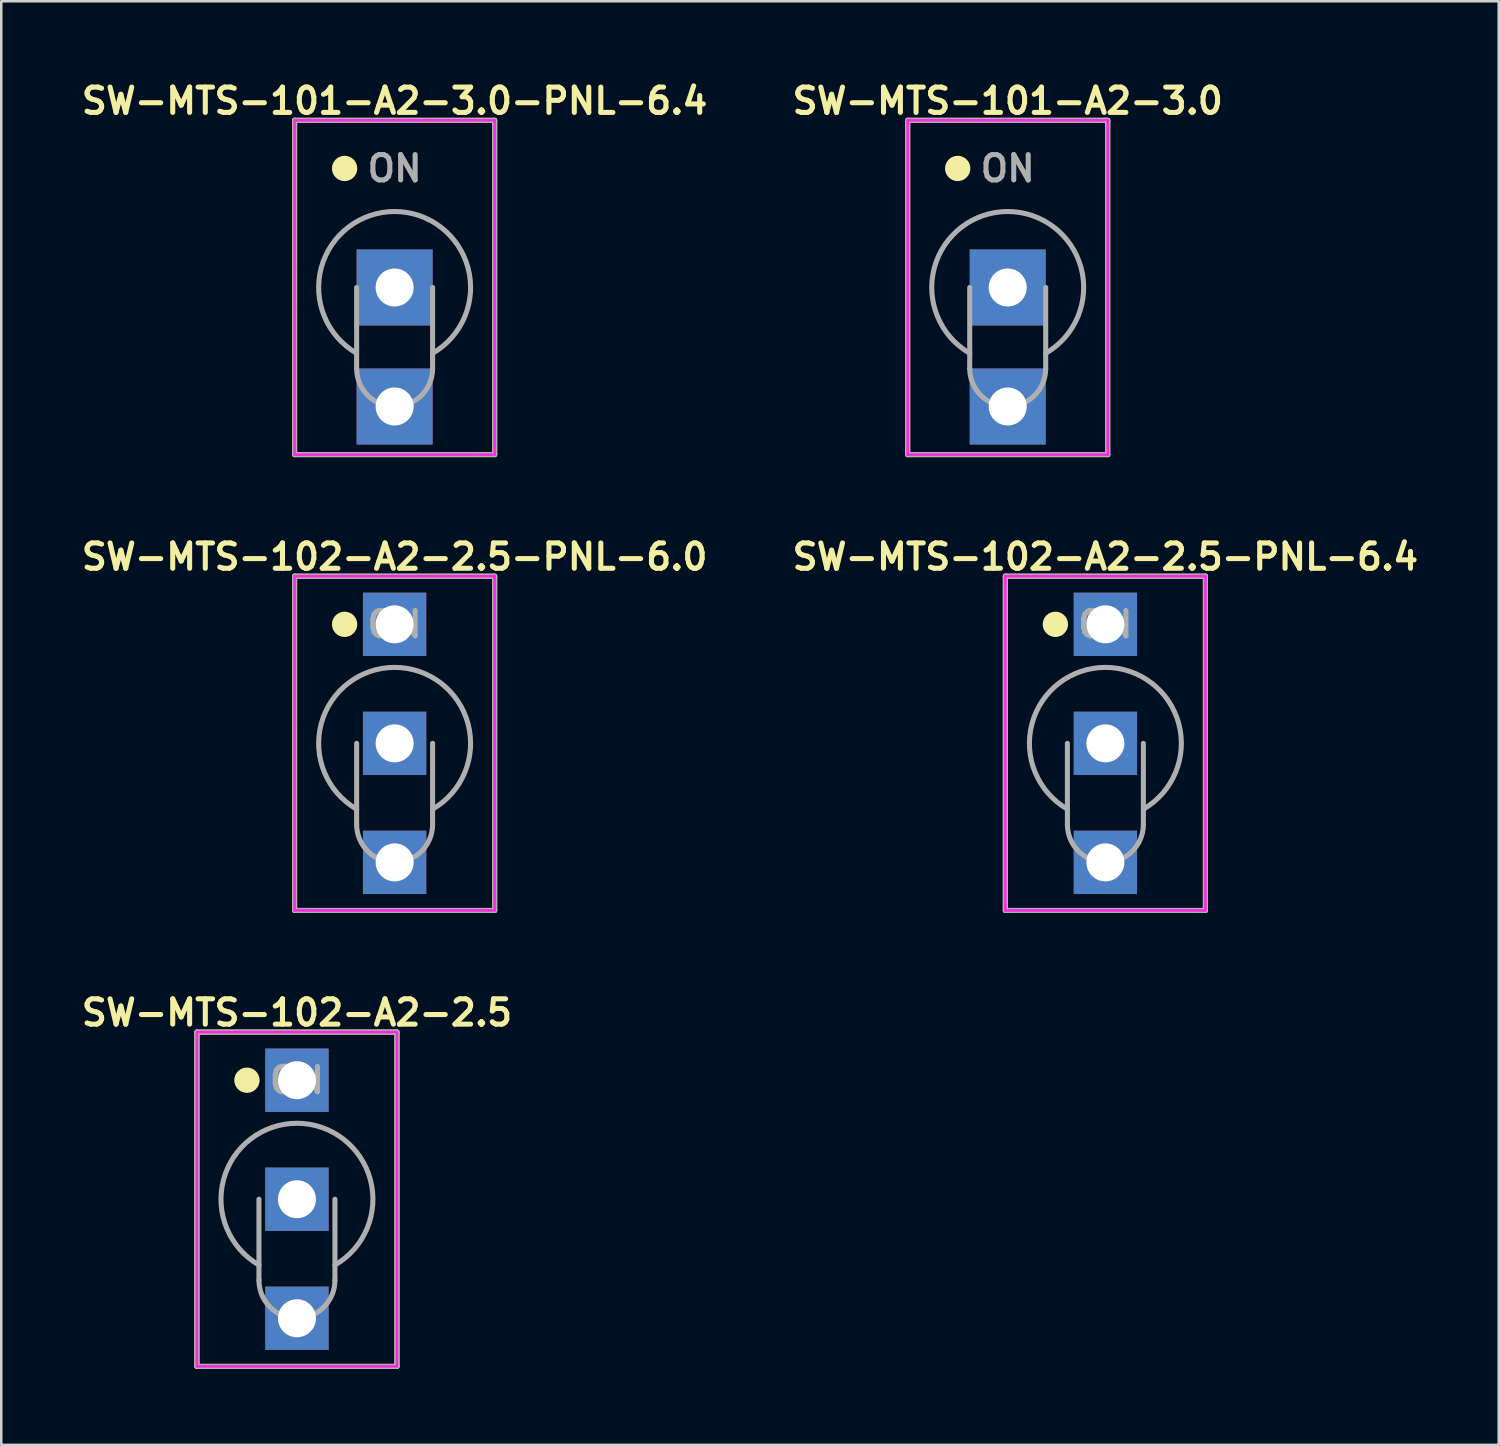
<source format=kicad_pcb>
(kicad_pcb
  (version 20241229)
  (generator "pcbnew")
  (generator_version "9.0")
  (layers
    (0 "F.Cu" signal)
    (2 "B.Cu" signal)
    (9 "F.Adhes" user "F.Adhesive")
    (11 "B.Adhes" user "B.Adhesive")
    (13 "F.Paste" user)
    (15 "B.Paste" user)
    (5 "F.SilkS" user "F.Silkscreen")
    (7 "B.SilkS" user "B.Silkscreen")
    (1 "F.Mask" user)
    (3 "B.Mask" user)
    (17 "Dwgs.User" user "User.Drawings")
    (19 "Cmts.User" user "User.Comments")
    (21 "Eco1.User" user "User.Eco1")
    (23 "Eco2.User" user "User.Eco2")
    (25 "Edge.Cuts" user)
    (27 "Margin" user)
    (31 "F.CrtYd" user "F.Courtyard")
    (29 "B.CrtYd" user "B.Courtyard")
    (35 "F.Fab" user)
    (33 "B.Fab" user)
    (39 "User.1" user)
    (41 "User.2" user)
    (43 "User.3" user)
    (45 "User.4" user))
  (footprint "SW-MTS-102-A2-2.5"
    (layer "F.Cu")
    (at 8.676 44.306)
    (property "Reference" "SW-MTS-102-A2-2.5" (at 0 -7.366 0) (layer "F.SilkS") (effects (font (size 1 1) (thickness 0.2))))
    (attr through_hole)
    (fp_line (start -3.95 -6.6) (end -3.95 6.6) (stroke (width 0.2) (type solid)) (layer "F.SilkS"))
    (fp_line (start -3.95 -6.6) (end 3.95 -6.6) (stroke (width 0.2) (type solid)) (layer "F.SilkS"))
    (fp_line (start -3.95 6.6) (end 3.95 6.6) (stroke (width 0.2) (type solid)) (layer "F.SilkS"))
    (fp_line (start 3.95 -6.6) (end 3.95 6.6) (stroke (width 0.2) (type solid)) (layer "F.SilkS"))
    (fp_circle (center -1.975 -4.7) (end -1.725 -4.7) (stroke (width 0.5) (type solid)) (fill no) (layer "F.SilkS"))
    (fp_line (start -3.95 -6.6) (end -3.95 6.6) (stroke (width 0.1) (type solid)) (layer "F.CrtYd"))
    (fp_line (start -3.95 -6.6) (end 3.95 -6.6) (stroke (width 0.1) (type solid)) (layer "F.CrtYd"))
    (fp_line (start -3.95 6.6) (end 3.95 6.6) (stroke (width 0.1) (type solid)) (layer "F.CrtYd"))
    (fp_line (start 3.95 -6.6) (end 3.95 6.6) (stroke (width 0.1) (type solid)) (layer "F.CrtYd"))
    (fp_line (start -3.95 -6.6) (end -3.95 6.6) (stroke (width 0.2) (type solid)) (layer "F.Fab"))
    (fp_line (start -3.95 -6.6) (end 3.95 -6.6) (stroke (width 0.2) (type solid)) (layer "F.Fab"))
    (fp_line (start -3.95 6.6) (end 3.95 6.6) (stroke (width 0.2) (type solid)) (layer "F.Fab"))
    (fp_line (start -1.5 0) (end -1.5 3.2) (stroke (width 0.2) (type solid)) (layer "F.Fab"))
    (fp_line (start 1.5 0) (end 1.5 3.2) (stroke (width 0.2) (type solid)) (layer "F.Fab"))
    (fp_line (start 3.95 -6.6) (end 3.95 6.6) (stroke (width 0.2) (type solid)) (layer "F.Fab"))
    (fp_arc (start -1.5 2.598076) (mid 0 -3) (end 1.5 2.598076) (stroke (width 0.2) (type solid)) (layer "F.Fab"))
    (fp_arc (start 1.5 3.2) (mid 0 4.7) (end -1.5 3.2) (stroke (width 0.2) (type solid)) (layer "F.Fab"))
    (fp_text user "ON" (at 0 -4.7 0) (layer "F.Fab") (effects (font (size 1 1) (thickness 0.2))))
    (pad "COM" thru_hole rect (at 0 0) (size 2.5 2.5) (drill 1.5) (layers "B.Cu" "B.Mask"))
    (pad "NC" thru_hole rect (at 0 -4.7) (size 2.5 2.5) (drill 1.5) (layers "B.Cu" "B.Mask"))
    (pad "NO" thru_hole rect (at 0 4.7) (size 2.5 2.5) (drill 1.5) (layers "B.Cu" "B.Mask")))
  (footprint "SW-MTS-102-A2-2.5-PNL-6.4"
    (layer "F.Cu")
    (at 40.6 26.304)
    (property "Reference" "SW-MTS-102-A2-2.5-PNL-6.4" (at 0 -7.366 0) (layer "F.SilkS") (effects (font (size 1 1) (thickness 0.2))))
    (attr through_hole)
    (fp_line (start -3.95 -6.6) (end -3.95 6.6) (stroke (width 0.2) (type solid)) (layer "F.SilkS"))
    (fp_line (start -3.95 -6.6) (end 3.95 -6.6) (stroke (width 0.2) (type solid)) (layer "F.SilkS"))
    (fp_line (start -3.95 6.6) (end 3.95 6.6) (stroke (width 0.2) (type solid)) (layer "F.SilkS"))
    (fp_line (start 3.95 -6.6) (end 3.95 6.6) (stroke (width 0.2) (type solid)) (layer "F.SilkS"))
    (fp_circle (center -1.975 -4.7) (end -1.725 -4.7) (stroke (width 0.5) (type solid)) (fill no) (layer "F.SilkS"))
    (fp_circle (center 0 0) (end 3.2 0) (stroke (width 0.4) (type solid)) (fill no) (layer "Eco1.User"))
    (fp_line (start -3.95 -6.6) (end -3.95 6.6) (stroke (width 0.1) (type solid)) (layer "F.CrtYd"))
    (fp_line (start -3.95 -6.6) (end 3.95 -6.6) (stroke (width 0.1) (type solid)) (layer "F.CrtYd"))
    (fp_line (start -3.95 6.6) (end 3.95 6.6) (stroke (width 0.1) (type solid)) (layer "F.CrtYd"))
    (fp_line (start 3.95 -6.6) (end 3.95 6.6) (stroke (width 0.1) (type solid)) (layer "F.CrtYd"))
    (fp_line (start -3.95 -6.6) (end -3.95 6.6) (stroke (width 0.2) (type solid)) (layer "F.Fab"))
    (fp_line (start -3.95 -6.6) (end 3.95 -6.6) (stroke (width 0.2) (type solid)) (layer "F.Fab"))
    (fp_line (start -3.95 6.6) (end 3.95 6.6) (stroke (width 0.2) (type solid)) (layer "F.Fab"))
    (fp_line (start -1.5 0) (end -1.5 3.2) (stroke (width 0.2) (type solid)) (layer "F.Fab"))
    (fp_line (start 1.5 0) (end 1.5 3.2) (stroke (width 0.2) (type solid)) (layer "F.Fab"))
    (fp_line (start 3.95 -6.6) (end 3.95 6.6) (stroke (width 0.2) (type solid)) (layer "F.Fab"))
    (fp_arc (start -1.5 2.598076) (mid 0 -3) (end 1.5 2.598076) (stroke (width 0.2) (type solid)) (layer "F.Fab"))
    (fp_arc (start 1.5 3.2) (mid 0 4.7) (end -1.5 3.2) (stroke (width 0.2) (type solid)) (layer "F.Fab"))
    (fp_text user "ON" (at 0 -4.7 0) (layer "F.Fab") (effects (font (size 1 1) (thickness 0.2))))
    (pad "COM" thru_hole rect (at 0 0) (size 2.5 2.5) (drill 1.5) (layers "B.Cu" "B.Mask"))
    (pad "NC" thru_hole rect (at 0 -4.7) (size 2.5 2.5) (drill 1.5) (layers "B.Cu" "B.Mask"))
    (pad "NO" thru_hole rect (at 0 4.7) (size 2.5 2.5) (drill 1.5) (layers "B.Cu" "B.Mask")))
  (footprint "SW-MTS-101-A2-3.0-PNL-6.4"
    (layer "F.Cu")
    (at 12.533 8.302)
    (property "Reference" "SW-MTS-101-A2-3.0-PNL-6.4" (at 0 -7.366 0) (layer "F.SilkS") (effects (font (size 1 1) (thickness 0.2))))
    (attr through_hole)
    (fp_line (start -3.95 -6.6) (end -3.95 6.6) (stroke (width 0.2) (type solid)) (layer "F.SilkS"))
    (fp_line (start -3.95 -6.6) (end 3.95 -6.6) (stroke (width 0.2) (type solid)) (layer "F.SilkS"))
    (fp_line (start -3.95 6.6) (end 3.95 6.6) (stroke (width 0.2) (type solid)) (layer "F.SilkS"))
    (fp_line (start 3.95 -6.6) (end 3.95 6.6) (stroke (width 0.2) (type solid)) (layer "F.SilkS"))
    (fp_circle (center -1.975 -4.7) (end -1.725 -4.7) (stroke (width 0.5) (type solid)) (fill no) (layer "F.SilkS"))
    (fp_circle (center 0 0) (end 3.2 0) (stroke (width 0.4) (type solid)) (fill no) (layer "Eco1.User"))
    (fp_line (start -3.95 -6.6) (end -3.95 6.6) (stroke (width 0.1) (type solid)) (layer "F.CrtYd"))
    (fp_line (start -3.95 -6.6) (end 3.95 -6.6) (stroke (width 0.1) (type solid)) (layer "F.CrtYd"))
    (fp_line (start -3.95 6.6) (end 3.95 6.6) (stroke (width 0.1) (type solid)) (layer "F.CrtYd"))
    (fp_line (start 3.95 -6.6) (end 3.95 6.6) (stroke (width 0.1) (type solid)) (layer "F.CrtYd"))
    (fp_line (start -3.95 -6.6) (end -3.95 6.6) (stroke (width 0.2) (type solid)) (layer "F.Fab"))
    (fp_line (start -3.95 -6.6) (end 3.95 -6.6) (stroke (width 0.2) (type solid)) (layer "F.Fab"))
    (fp_line (start -3.95 6.6) (end 3.95 6.6) (stroke (width 0.2) (type solid)) (layer "F.Fab"))
    (fp_line (start -1.5 0) (end -1.5 3.2) (stroke (width 0.2) (type solid)) (layer "F.Fab"))
    (fp_line (start 1.5 0) (end 1.5 3.2) (stroke (width 0.2) (type solid)) (layer "F.Fab"))
    (fp_line (start 3.95 -6.6) (end 3.95 6.6) (stroke (width 0.2) (type solid)) (layer "F.Fab"))
    (fp_arc (start -1.5 2.598076) (mid 0 -3) (end 1.5 2.598076) (stroke (width 0.2) (type solid)) (layer "F.Fab"))
    (fp_arc (start 1.5 3.2) (mid 0 4.7) (end -1.5 3.2) (stroke (width 0.2) (type solid)) (layer "F.Fab"))
    (fp_text user "ON" (at 0 -4.7 0) (layer "F.Fab") (effects (font (size 1 1) (thickness 0.2))))
    (pad "COM" thru_hole rect (at 0 0) (size 3 3) (drill 1.5) (layers "B.Cu" "B.Mask"))
    (pad "NO" thru_hole rect (at 0 4.7) (size 3 3) (drill 1.5) (layers "B.Cu" "B.Mask")))
  (footprint "SW-MTS-102-A2-2.5-PNL-6.0"
    (layer "F.Cu")
    (at 12.533 26.304)
    (property "Reference" "SW-MTS-102-A2-2.5-PNL-6.0" (at 0 -7.366 0) (layer "F.SilkS") (effects (font (size 1 1) (thickness 0.2))))
    (attr through_hole)
    (fp_line (start -3.95 -6.6) (end -3.95 6.6) (stroke (width 0.2) (type solid)) (layer "F.SilkS"))
    (fp_line (start -3.95 -6.6) (end 3.95 -6.6) (stroke (width 0.2) (type solid)) (layer "F.SilkS"))
    (fp_line (start -3.95 6.6) (end 3.95 6.6) (stroke (width 0.2) (type solid)) (layer "F.SilkS"))
    (fp_line (start 3.95 -6.6) (end 3.95 6.6) (stroke (width 0.2) (type solid)) (layer "F.SilkS"))
    (fp_circle (center -1.975 -4.7) (end -1.725 -4.7) (stroke (width 0.5) (type solid)) (fill no) (layer "F.SilkS"))
    (fp_circle (center 0 0) (end 3 0) (stroke (width 0.4) (type solid)) (fill no) (layer "Eco1.User"))
    (fp_line (start -3.95 -6.6) (end -3.95 6.6) (stroke (width 0.1) (type solid)) (layer "F.CrtYd"))
    (fp_line (start -3.95 -6.6) (end 3.95 -6.6) (stroke (width 0.1) (type solid)) (layer "F.CrtYd"))
    (fp_line (start -3.95 6.6) (end 3.95 6.6) (stroke (width 0.1) (type solid)) (layer "F.CrtYd"))
    (fp_line (start 3.95 -6.6) (end 3.95 6.6) (stroke (width 0.1) (type solid)) (layer "F.CrtYd"))
    (fp_line (start -3.95 -6.6) (end -3.95 6.6) (stroke (width 0.2) (type solid)) (layer "F.Fab"))
    (fp_line (start -3.95 -6.6) (end 3.95 -6.6) (stroke (width 0.2) (type solid)) (layer "F.Fab"))
    (fp_line (start -3.95 6.6) (end 3.95 6.6) (stroke (width 0.2) (type solid)) (layer "F.Fab"))
    (fp_line (start -1.5 0) (end -1.5 3.2) (stroke (width 0.2) (type solid)) (layer "F.Fab"))
    (fp_line (start 1.5 0) (end 1.5 3.2) (stroke (width 0.2) (type solid)) (layer "F.Fab"))
    (fp_line (start 3.95 -6.6) (end 3.95 6.6) (stroke (width 0.2) (type solid)) (layer "F.Fab"))
    (fp_arc (start -1.5 2.598076) (mid 0 -3) (end 1.5 2.598076) (stroke (width 0.2) (type solid)) (layer "F.Fab"))
    (fp_arc (start 1.5 3.2) (mid 0 4.7) (end -1.5 3.2) (stroke (width 0.2) (type solid)) (layer "F.Fab"))
    (fp_text user "ON" (at 0 -4.7 0) (layer "F.Fab") (effects (font (size 1 1) (thickness 0.2))))
    (pad "COM" thru_hole rect (at 0 0) (size 2.5 2.5) (drill 1.5) (layers "B.Cu" "B.Mask"))
    (pad "NC" thru_hole rect (at 0 -4.7) (size 2.5 2.5) (drill 1.5) (layers "B.Cu" "B.Mask"))
    (pad "NO" thru_hole rect (at 0 4.7) (size 2.5 2.5) (drill 1.5) (layers "B.Cu" "B.Mask")))
  (footprint "SW-MTS-101-A2-3.0"
    (layer "F.Cu")
    (at 36.743 8.302)
    (property "Reference" "SW-MTS-101-A2-3.0" (at 0 -7.366 0) (layer "F.SilkS") (effects (font (size 1 1) (thickness 0.2))))
    (attr through_hole)
    (fp_line (start -3.95 -6.6) (end -3.95 6.6) (stroke (width 0.2) (type solid)) (layer "F.SilkS"))
    (fp_line (start -3.95 -6.6) (end 3.95 -6.6) (stroke (width 0.2) (type solid)) (layer "F.SilkS"))
    (fp_line (start -3.95 6.6) (end 3.95 6.6) (stroke (width 0.2) (type solid)) (layer "F.SilkS"))
    (fp_line (start 3.95 -6.6) (end 3.95 6.6) (stroke (width 0.2) (type solid)) (layer "F.SilkS"))
    (fp_circle (center -1.975 -4.7) (end -1.725 -4.7) (stroke (width 0.5) (type solid)) (fill no) (layer "F.SilkS"))
    (fp_line (start -3.95 -6.6) (end -3.95 6.6) (stroke (width 0.1) (type solid)) (layer "F.CrtYd"))
    (fp_line (start -3.95 -6.6) (end 3.95 -6.6) (stroke (width 0.1) (type solid)) (layer "F.CrtYd"))
    (fp_line (start -3.95 6.6) (end 3.95 6.6) (stroke (width 0.1) (type solid)) (layer "F.CrtYd"))
    (fp_line (start 3.95 -6.6) (end 3.95 6.6) (stroke (width 0.1) (type solid)) (layer "F.CrtYd"))
    (fp_line (start -3.95 -6.6) (end -3.95 6.6) (stroke (width 0.2) (type solid)) (layer "F.Fab"))
    (fp_line (start -3.95 -6.6) (end 3.95 -6.6) (stroke (width 0.2) (type solid)) (layer "F.Fab"))
    (fp_line (start -3.95 6.6) (end 3.95 6.6) (stroke (width 0.2) (type solid)) (layer "F.Fab"))
    (fp_line (start -1.5 0) (end -1.5 3.2) (stroke (width 0.2) (type solid)) (layer "F.Fab"))
    (fp_line (start 1.5 0) (end 1.5 3.2) (stroke (width 0.2) (type solid)) (layer "F.Fab"))
    (fp_line (start 3.95 -6.6) (end 3.95 6.6) (stroke (width 0.2) (type solid)) (layer "F.Fab"))
    (fp_arc (start -1.5 2.598076) (mid 0 -3) (end 1.5 2.598076) (stroke (width 0.2) (type solid)) (layer "F.Fab"))
    (fp_arc (start 1.5 3.2) (mid 0 4.7) (end -1.5 3.2) (stroke (width 0.2) (type solid)) (layer "F.Fab"))
    (fp_text user "ON" (at 0 -4.7 0) (layer "F.Fab") (effects (font (size 1 1) (thickness 0.2))))
    (pad "COM" thru_hole rect (at 0 0) (size 3 3) (drill 1.5) (layers "B.Cu" "B.Mask"))
    (pad "NO" thru_hole rect (at 0 4.7) (size 3 3) (drill 1.5) (layers "B.Cu" "B.Mask")))
  (gr_rect
    (start -3 -3)
    (end 56.133 54.006)
    (stroke (width 0.1) (type default))
    (fill no)
    (layer "Edge.Cuts")))
</source>
